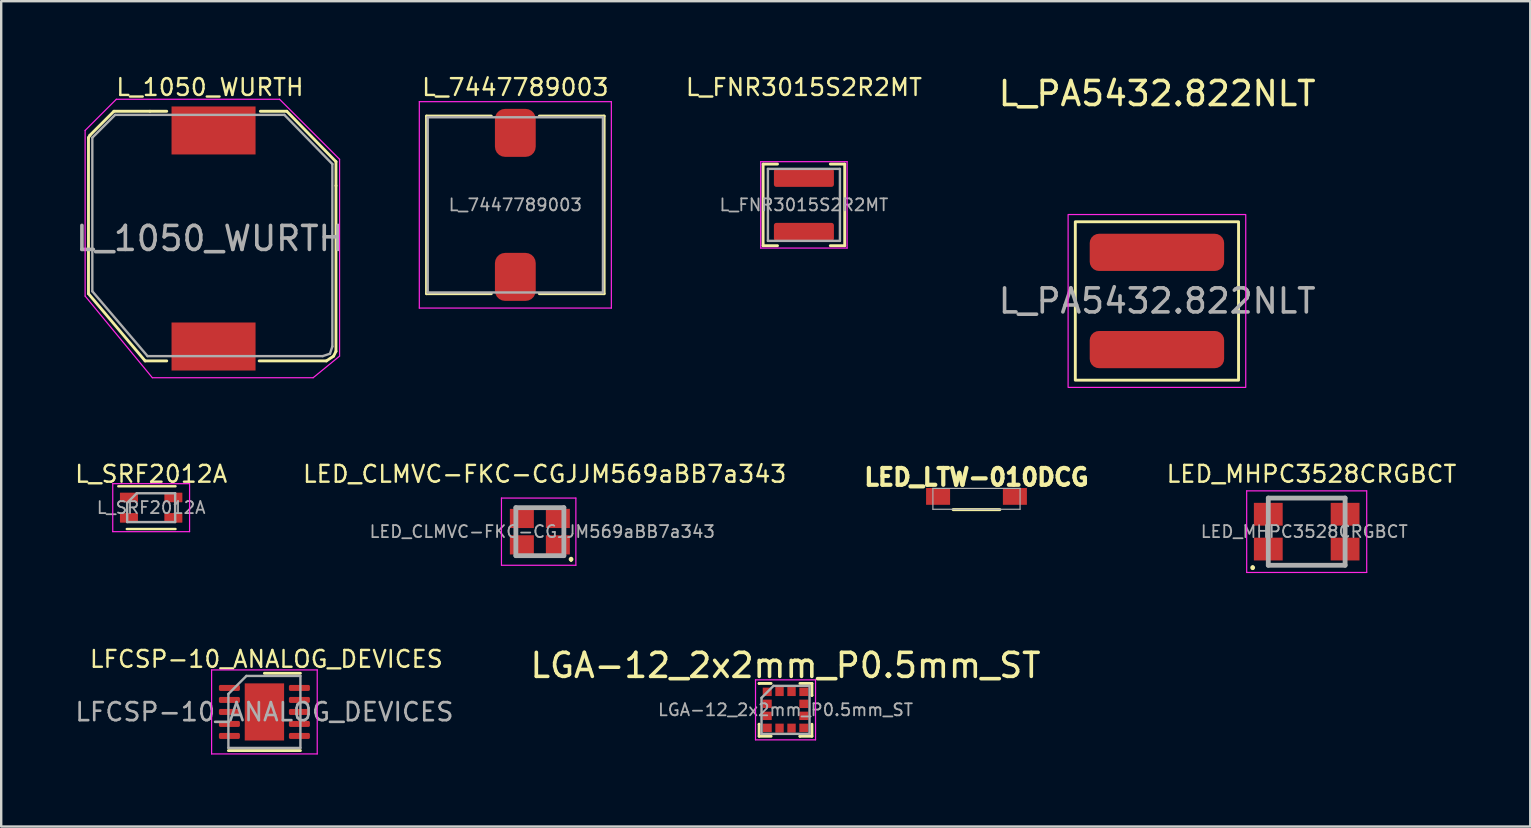
<source format=kicad_pcb>
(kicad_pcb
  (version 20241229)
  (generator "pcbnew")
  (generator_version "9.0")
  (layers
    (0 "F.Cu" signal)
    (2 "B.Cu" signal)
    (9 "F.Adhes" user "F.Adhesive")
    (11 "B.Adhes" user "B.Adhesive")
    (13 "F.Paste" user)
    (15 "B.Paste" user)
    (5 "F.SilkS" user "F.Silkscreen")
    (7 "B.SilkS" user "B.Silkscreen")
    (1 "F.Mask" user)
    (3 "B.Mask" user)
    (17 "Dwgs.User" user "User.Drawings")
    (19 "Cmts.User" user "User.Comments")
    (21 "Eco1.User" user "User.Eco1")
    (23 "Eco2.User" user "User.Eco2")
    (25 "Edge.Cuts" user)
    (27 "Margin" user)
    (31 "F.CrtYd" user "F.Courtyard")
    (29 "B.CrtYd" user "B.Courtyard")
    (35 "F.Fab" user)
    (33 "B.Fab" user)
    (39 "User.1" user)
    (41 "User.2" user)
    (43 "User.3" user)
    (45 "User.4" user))
  (footprint "L_SRF2012A"
    (layer "F.Cu")
    (at 3.247 18.098)
    (property "Reference" "L_SRF2012A" (at 0 -1.4 0) (layer "F.SilkS") (effects (font (size 0.7 0.7) (thickness 0.1))))
    (attr smd)
    (fp_line (start 1.015 -0.89) (end -1.37 -0.89) (stroke (width 0.1) (type solid)) (layer "F.SilkS"))
    (fp_line (start 1.015 0.89) (end -1.015 0.89) (stroke (width 0.1) (type solid)) (layer "F.SilkS"))
    (fp_line (start -1.6 -1) (end -1.6 1) (stroke (width 0.05) (type solid)) (layer "F.CrtYd"))
    (fp_line (start -1.6 -1) (end 1.6 -1) (stroke (width 0.05) (type solid)) (layer "F.CrtYd"))
    (fp_line (start -1.6 1) (end 1.6 1) (stroke (width 0.05) (type solid)) (layer "F.CrtYd"))
    (fp_line (start 1.6 -1) (end 1.6 1) (stroke (width 0.05) (type solid)) (layer "F.CrtYd"))
    (fp_line (start -1 -0.2) (end -1 0.6) (stroke (width 0.1) (type solid)) (layer "F.Fab"))
    (fp_line (start -0.6 -0.6) (end -1 -0.2) (stroke (width 0.1) (type solid)) (layer "F.Fab"))
    (fp_line (start 1 -0.6) (end -0.6 -0.6) (stroke (width 0.1) (type solid)) (layer "F.Fab"))
    (fp_line (start 1 -0.6) (end 1 0.6) (stroke (width 0.1) (type solid)) (layer "F.Fab"))
    (fp_line (start 1 0.6) (end -1 0.6) (stroke (width 0.1) (type solid)) (layer "F.Fab"))
    (fp_text user "${REFERENCE}" (at 0 0 0) (layer "F.Fab") (effects (font (size 0.5 0.5) (thickness 0.075))))
    (pad "1" smd roundrect (at -0.925 -0.425 270) (size 0.4 0.75) (layers "F.Cu" "F.Mask" "F.Paste") (roundrect_rratio 0.05))
    (pad "2" smd roundrect (at 0.925 -0.425 270) (size 0.4 0.75) (layers "F.Cu" "F.Mask" "F.Paste") (roundrect_rratio 0.05))
    (pad "3" smd roundrect (at 0.925 0.425 270) (size 0.4 0.75) (layers "F.Cu" "F.Mask" "F.Paste") (roundrect_rratio 0.05))
    (pad "4" smd roundrect (at -0.925 0.425 270) (size 0.4 0.75) (layers "F.Cu" "F.Mask" "F.Paste") (roundrect_rratio 0.05)))
  (footprint "LFCSP-10_ANALOG_DEVICES"
    (layer "F.Cu")
    (at 7.965 26.608)
    (property "Reference" "LFCSP-10_ANALOG_DEVICES" (at 0.08 -2.2 0) (layer "F.SilkS") (effects (font (size 0.7 0.7) (thickness 0.1))))
    (attr smd)
    (fp_line (start -1.5 1.61) (end 1.5 1.61) (stroke (width 0.12) (type solid)) (layer "F.SilkS"))
    (fp_line (start 0 -1.61) (end 1.5 -1.61) (stroke (width 0.12) (type solid)) (layer "F.SilkS"))
    (fp_line (start -2.2 -1.75) (end -2.2 1.75) (stroke (width 0.05) (type solid)) (layer "F.CrtYd"))
    (fp_line (start -2.2 1.75) (end 2.2 1.75) (stroke (width 0.05) (type solid)) (layer "F.CrtYd"))
    (fp_line (start 2.2 -1.75) (end -2.2 -1.75) (stroke (width 0.05) (type solid)) (layer "F.CrtYd"))
    (fp_line (start 2.2 1.75) (end 2.2 -1.75) (stroke (width 0.05) (type solid)) (layer "F.CrtYd"))
    (fp_line (start -1.5 -0.75) (end -0.75 -1.5) (stroke (width 0.1) (type solid)) (layer "F.Fab"))
    (fp_line (start -1.5 1.5) (end -1.5 -0.75) (stroke (width 0.1) (type solid)) (layer "F.Fab"))
    (fp_line (start -0.75 -1.5) (end 1.5 -1.5) (stroke (width 0.1) (type solid)) (layer "F.Fab"))
    (fp_line (start 1.5 -1.5) (end 1.5 1.5) (stroke (width 0.1) (type solid)) (layer "F.Fab"))
    (fp_line (start 1.5 1.5) (end -1.5 1.5) (stroke (width 0.1) (type solid)) (layer "F.Fab"))
    (fp_text user "${REFERENCE}" (at 0 0 0) (layer "F.Fab") (effects (font (size 0.75 0.75) (thickness 0.11))))
    (pad "" smd roundrect (at -0.4 -0.585) (size 0.64 0.94) (layers "F.Paste") (roundrect_rratio 0.25))
    (pad "" smd roundrect (at -0.4 0.585) (size 0.64 0.94) (layers "F.Paste") (roundrect_rratio 0.25))
    (pad "" smd roundrect (at 0.4 -0.585) (size 0.64 0.94) (layers "F.Paste") (roundrect_rratio 0.25))
    (pad "" smd roundrect (at 0.4 0.585) (size 0.64 0.94) (layers "F.Paste") (roundrect_rratio 0.25))
    (pad "1" smd roundrect (at -1.458 -1) (size 0.875 0.25) (layers "F.Cu" "F.Mask" "F.Paste") (roundrect_rratio 0.25))
    (pad "2" smd roundrect (at -1.458 -0.5) (size 0.875 0.25) (layers "F.Cu" "F.Mask" "F.Paste") (roundrect_rratio 0.25))
    (pad "3" smd roundrect (at -1.458 0) (size 0.875 0.25) (layers "F.Cu" "F.Mask" "F.Paste") (roundrect_rratio 0.25))
    (pad "4" smd roundrect (at -1.458 0.5) (size 0.875 0.25) (layers "F.Cu" "F.Mask" "F.Paste") (roundrect_rratio 0.25))
    (pad "5" smd roundrect (at -1.458 1) (size 0.875 0.25) (layers "F.Cu" "F.Mask" "F.Paste") (roundrect_rratio 0.25))
    (pad "6" smd rect (at 0 0) (size 1.64 2.38) (layers "F.Cu" "F.Mask"))
    (pad "6" smd roundrect (at 1.458 1) (size 0.875 0.25) (layers "F.Cu" "F.Mask" "F.Paste") (roundrect_rratio 0.25))
    (pad "7" smd roundrect (at 1.458 0.5) (size 0.875 0.25) (layers "F.Cu" "F.Mask" "F.Paste") (roundrect_rratio 0.25))
    (pad "8" smd roundrect (at 1.458 0) (size 0.875 0.25) (layers "F.Cu" "F.Mask" "F.Paste") (roundrect_rratio 0.25))
    (pad "9" smd roundrect (at 1.458 -0.5) (size 0.875 0.25) (layers "F.Cu" "F.Mask" "F.Paste") (roundrect_rratio 0.25))
    (pad "10" smd roundrect (at 1.458 -1) (size 0.875 0.25) (layers "F.Cu" "F.Mask" "F.Paste") (roundrect_rratio 0.25)))
  (footprint "L_FNR3015S2R2MT"
    (layer "F.Cu")
    (at 30.44 5.485)
    (property "Reference" "L_FNR3015S2R2MT" (at 0 -4.9 0) (layer "F.SilkS") (effects (font (size 0.7 0.7) (thickness 0.1))))
    (attr smd)
    (fp_line (start -1.7 -1.7) (end -1.7 1.7) (stroke (width 0.12) (type solid)) (layer "F.SilkS"))
    (fp_line (start -1.1 -1.7) (end -1.7 -1.7) (stroke (width 0.12) (type solid)) (layer "F.SilkS"))
    (fp_line (start -1.1 1.7) (end -1.7 1.7) (stroke (width 0.12) (type solid)) (layer "F.SilkS"))
    (fp_line (start 1.1 -1.7) (end 1.7 -1.7) (stroke (width 0.12) (type solid)) (layer "F.SilkS"))
    (fp_line (start 1.1 1.7) (end 1.7 1.7) (stroke (width 0.12) (type solid)) (layer "F.SilkS"))
    (fp_line (start 1.7 1.7) (end 1.7 -1.7) (stroke (width 0.12) (type solid)) (layer "F.SilkS"))
    (fp_line (start -1.8 -1.8) (end 1.8 -1.8) (stroke (width 0.05) (type solid)) (layer "F.CrtYd"))
    (fp_line (start -1.8 1.8) (end -1.8 -1.8) (stroke (width 0.05) (type solid)) (layer "F.CrtYd"))
    (fp_line (start -1.8 1.8) (end 1.8 1.8) (stroke (width 0.05) (type solid)) (layer "F.CrtYd"))
    (fp_line (start 1.8 1.8) (end 1.8 -1.8) (stroke (width 0.05) (type solid)) (layer "F.CrtYd"))
    (fp_line (start -1.5 -1.5) (end -1.5 1.5) (stroke (width 0.1) (type solid)) (layer "F.Fab"))
    (fp_line (start -1.5 -1.5) (end 1.5 -1.5) (stroke (width 0.1) (type solid)) (layer "F.Fab"))
    (fp_line (start 1.5 -1.5) (end 1.5 1.5) (stroke (width 0.1) (type solid)) (layer "F.Fab"))
    (fp_line (start 1.5 1.5) (end -1.5 1.5) (stroke (width 0.1) (type solid)) (layer "F.Fab"))
    (fp_text user "${REFERENCE}" (at 0 0 0) (layer "F.Fab") (effects (font (size 0.5 0.5) (thickness 0.075))))
    (pad "1" smd roundrect (at 0 -1.125) (size 2.5 0.75) (layers "F.Cu" "F.Mask" "F.Paste") (roundrect_rratio 0.133))
    (pad "2" smd roundrect (at 0 1.125) (size 2.5 0.75) (layers "F.Cu" "F.Mask" "F.Paste") (roundrect_rratio 0.133)))
  (footprint "LED_LTW-010DCG"
    (layer "F.Cu")
    (at 37.629 17.73)
    (property "Reference" "LED_LTW-010DCG" (at 0 -0.9 0) (layer "F.SilkS") (effects (font (size 0.7 0.7) (thickness 0.175) (bold yes))))
    (attr smd)
    (fp_line (start -0.97 0.45) (end 0.97 0.45) (stroke (width 0.127) (type solid)) (layer "F.SilkS"))
    (fp_line (start -1.816 -0.435) (end 1.816 -0.435) (stroke (width 0.05) (type solid)) (layer "F.Fab"))
    (fp_line (start -1.816 0.435) (end -1.816 -0.435) (stroke (width 0.05) (type solid)) (layer "F.Fab"))
    (fp_line (start 1.816 -0.435) (end 1.816 0.435) (stroke (width 0.05) (type solid)) (layer "F.Fab"))
    (fp_line (start 1.816 0.435) (end -1.816 0.435) (stroke (width 0.05) (type solid)) (layer "F.Fab"))
    (pad "1" smd rect (at 1.6 -0.1 180) (size 1 0.7) (layers "F.Cu" "F.Mask" "F.Paste"))
    (pad "2" smd rect (at -1.6 -0.1 180) (size 1 0.7) (layers "F.Cu" "F.Mask" "F.Paste")))
  (footprint "LED_MHPC3528CRGBCT"
    (layer "F.Cu")
    (at 51.385 19.098)
    (property "Reference" "LED_MHPC3528CRGBCT" (at 0.2 -2.4 0) (layer "F.SilkS") (effects (font (size 0.7 0.7) (thickness 0.1))))
    (attr smd)
    (fp_arc (start -2.25 1.45) (mid -2.2 1.5) (end -2.25 1.55) (stroke (width 0.1) (type solid)) (layer "F.SilkS"))
    (fp_arc (start -2.25 1.55) (mid -2.3 1.5) (end -2.25 1.45) (stroke (width 0.1) (type solid)) (layer "F.SilkS"))
    (fp_line (start -2.5 1.7) (end -2.5 -1.7) (stroke (width 0.05) (type solid)) (layer "F.CrtYd"))
    (fp_line (start 2.5 -1.7) (end -2.5 -1.7) (stroke (width 0.05) (type solid)) (layer "F.CrtYd"))
    (fp_line (start 2.5 1.7) (end -2.5 1.7) (stroke (width 0.05) (type solid)) (layer "F.CrtYd"))
    (fp_line (start 2.5 1.7) (end 2.5 -1.7) (stroke (width 0.05) (type solid)) (layer "F.CrtYd"))
    (fp_line (start -1.6 -1.4) (end 1.6 -1.4) (stroke (width 0.2) (type solid)) (layer "F.Fab"))
    (fp_line (start -1.6 1.4) (end -1.6 -1.4) (stroke (width 0.2) (type solid)) (layer "F.Fab"))
    (fp_line (start -1.6 1.4) (end 1.6 1.4) (stroke (width 0.2) (type solid)) (layer "F.Fab"))
    (fp_line (start 1.6 1.4) (end 1.6 -1.4) (stroke (width 0.2) (type solid)) (layer "F.Fab"))
    (fp_text user "${REFERENCE}" (at -0.1 0 180) (layer "F.Fab") (effects (font (size 0.5 0.5) (thickness 0.075))))
    (pad "1" smd rect (at -1.6 0.725) (size 1.2 0.95) (layers "F.Cu" "F.Mask" "F.Paste"))
    (pad "2" smd rect (at -1.6 -0.725) (size 1.2 0.95) (layers "F.Cu" "F.Mask" "F.Paste"))
    (pad "3" smd rect (at 1.6 -0.725) (size 1.2 0.95) (layers "F.Cu" "F.Mask" "F.Paste"))
    (pad "4" smd rect (at 1.6 0.725) (size 1.2 0.95) (layers "F.Cu" "F.Mask" "F.Paste")))
  (footprint "L_PA5432.822NLT"
    (layer "F.Cu")
    (at 45.146 9.488)
    (property "Reference" "L_PA5432.822NLT" (at 0.01 -8.64 0) (unlocked yes) (layer "F.SilkS") (effects (font (size 1 1) (thickness 0.15))))
    (attr smd)
    (fp_rect (start -3.4 -3.3) (end 3.4 3.3) (stroke (width 0.12) (type solid)) (fill no) (layer "F.SilkS"))
    (fp_rect (start -3.7 -3.6) (end 3.7 3.6) (stroke (width 0.05) (type solid)) (fill no) (layer "F.CrtYd"))
    (fp_text user "${REFERENCE}" (at 0.01 0 0) (unlocked yes) (layer "F.Fab") (effects (font (size 1 1) (thickness 0.15))))
    (pad "1" smd roundrect (at 0 -2.025) (size 5.6 1.55) (layers "F.Cu" "F.Mask" "F.Paste") (roundrect_rratio 0.25))
    (pad "2" smd roundrect (at 0 2.025) (size 5.6 1.55) (layers "F.Cu" "F.Mask" "F.Paste") (roundrect_rratio 0.25)))
  (footprint "L_1050_WURTH"
    (layer "F.Cu")
    (at 5.696 6.885)
    (property "Reference" "L_1050_WURTH" (at 0 -6.3 0) (layer "F.SilkS") (effects (font (size 0.7 0.7) (thickness 0.1))))
    (attr smd)
    (fp_line (start -5.06 -4.2) (end -5.06 2.3) (stroke (width 0.12) (type solid)) (layer "F.SilkS"))
    (fp_line (start -5.06 2.3) (end -2.7 5.1) (stroke (width 0.12) (type solid)) (layer "F.SilkS"))
    (fp_line (start -5 -4.3) (end -5.06 -4.2) (stroke (width 0.12) (type solid)) (layer "F.SilkS"))
    (fp_line (start -4 -5.3) (end -5 -4.3) (stroke (width 0.12) (type solid)) (layer "F.SilkS"))
    (fp_line (start -2.7 5.1) (end -1.8 5.1) (stroke (width 0.12) (type solid)) (layer "F.SilkS"))
    (fp_line (start -2.5 -5.3) (end -4 -5.3) (stroke (width 0.12) (type solid)) (layer "F.SilkS"))
    (fp_line (start -1.8 -5.3) (end -2.5 -5.3) (stroke (width 0.12) (type solid)) (layer "F.SilkS"))
    (fp_line (start 2.1 -5.3) (end 3.2 -5.3) (stroke (width 0.12) (type solid)) (layer "F.SilkS"))
    (fp_line (start 3.2 -5.3) (end 5.25 -3.2) (stroke (width 0.12) (type solid)) (layer "F.SilkS"))
    (fp_line (start 4.85 5.1) (end 2.05 5.1) (stroke (width 0.12) (type solid)) (layer "F.SilkS"))
    (fp_line (start 5.15 4.9) (end 4.85 5.1) (stroke (width 0.12) (type solid)) (layer "F.SilkS"))
    (fp_line (start 5.25 -3.2) (end 5.25 -2.2) (stroke (width 0.12) (type solid)) (layer "F.SilkS"))
    (fp_line (start 5.25 -2.2) (end 5.25 4.7) (stroke (width 0.12) (type solid)) (layer "F.SilkS"))
    (fp_line (start 5.25 4.7) (end 5.15 4.9) (stroke (width 0.12) (type solid)) (layer "F.SilkS"))
    (fp_line (start -5.2 -4.5) (end -5.2 2.4) (stroke (width 0.05) (type solid)) (layer "F.CrtYd"))
    (fp_line (start -5.2 2.4) (end -2.4 5.8) (stroke (width 0.05) (type solid)) (layer "F.CrtYd"))
    (fp_line (start -3.9 -5.8) (end -5.2 -4.5) (stroke (width 0.05) (type solid)) (layer "F.CrtYd"))
    (fp_line (start -2.4 5.8) (end 4.3 5.8) (stroke (width 0.05) (type solid)) (layer "F.CrtYd"))
    (fp_line (start 2.9 -5.8) (end -3.9 -5.8) (stroke (width 0.05) (type solid)) (layer "F.CrtYd"))
    (fp_line (start 4.3 5.8) (end 5.4 4.9) (stroke (width 0.05) (type solid)) (layer "F.CrtYd"))
    (fp_line (start 5.4 -3.3) (end 2.9 -5.8) (stroke (width 0.05) (type solid)) (layer "F.CrtYd"))
    (fp_line (start 5.4 4.9) (end 5.4 -3.3) (stroke (width 0.05) (type solid)) (layer "F.CrtYd"))
    (fp_line (start -4.9 -4.2) (end -4.9 2.2) (stroke (width 0.1) (type solid)) (layer "F.Fab"))
    (fp_line (start -4.9 -4.2) (end -3.95 -5.15) (stroke (width 0.1) (type solid)) (layer "F.Fab"))
    (fp_line (start -2.6 4.9) (end -4.9 2.2) (stroke (width 0.1) (type solid)) (layer "F.Fab"))
    (fp_line (start -2.6 4.9) (end 4.7 4.9) (stroke (width 0.1) (type solid)) (layer "F.Fab"))
    (fp_line (start 3.1 -5.15) (end -3.95 -5.15) (stroke (width 0.1) (type solid)) (layer "F.Fab"))
    (fp_line (start 4.7 4.9) (end 5 4.8) (stroke (width 0.1) (type solid)) (layer "F.Fab"))
    (fp_line (start 5 4.8) (end 5.1 4.5) (stroke (width 0.1) (type solid)) (layer "F.Fab"))
    (fp_line (start 5.1 -3.1) (end 3.1 -5.15) (stroke (width 0.1) (type solid)) (layer "F.Fab"))
    (fp_line (start 5.1 4.5) (end 5.1 -3.1) (stroke (width 0.1) (type solid)) (layer "F.Fab"))
    (fp_text user "${REFERENCE}" (at 0 0 180) (layer "F.Fab") (effects (font (size 1 1) (thickness 0.15))))
    (pad "1" smd rect (at 0.15 4.5 90) (size 2 3.5) (layers "F.Cu" "F.Mask" "F.Paste"))
    (pad "2" smd rect (at 0.15 -4.5 90) (size 2 3.5) (layers "F.Cu" "F.Mask" "F.Paste")))
  (footprint "LGA-12_2x2mm_P0.5mm_ST"
    (layer "F.Cu")
    (at 29.674 26.521)
    (property "Reference" "LGA-12_2x2mm_P0.5mm_ST" (at 0 -1.85 0) (layer "F.SilkS") (effects (font (size 1 1) (thickness 0.15))))
    (attr smd)
    (fp_line (start -1.1 -1.1) (end -1.1 -1.1) (stroke (width 0.12) (type solid)) (layer "F.SilkS"))
    (fp_line (start -1.1 0.6) (end -1.1 0.6) (stroke (width 0.12) (type solid)) (layer "F.SilkS"))
    (fp_line (start -1.1 1.1) (end -1.1 0.6) (stroke (width 0.12) (type solid)) (layer "F.SilkS"))
    (fp_line (start -0.6 -1.1) (end -1.1 -1.1) (stroke (width 0.12) (type solid)) (layer "F.SilkS"))
    (fp_line (start -0.6 1.1) (end -1.1 1.1) (stroke (width 0.12) (type solid)) (layer "F.SilkS"))
    (fp_line (start 0.6 -1.1) (end 1.1 -1.1) (stroke (width 0.12) (type solid)) (layer "F.SilkS"))
    (fp_line (start 0.6 1.1) (end 0.6 1.1) (stroke (width 0.12) (type solid)) (layer "F.SilkS"))
    (fp_line (start 1.1 -1.1) (end 1.1 -0.6) (stroke (width 0.12) (type solid)) (layer "F.SilkS"))
    (fp_line (start 1.1 -0.6) (end 1.1 -0.6) (stroke (width 0.12) (type solid)) (layer "F.SilkS"))
    (fp_line (start 1.1 0.6) (end 1.1 1.1) (stroke (width 0.12) (type solid)) (layer "F.SilkS"))
    (fp_line (start 1.1 1.1) (end 0.6 1.1) (stroke (width 0.12) (type solid)) (layer "F.SilkS"))
    (fp_line (start -1.25 -1.25) (end 1.25 -1.25) (stroke (width 0.05) (type solid)) (layer "F.CrtYd"))
    (fp_line (start -1.25 1.25) (end -1.25 -1.25) (stroke (width 0.05) (type solid)) (layer "F.CrtYd"))
    (fp_line (start 1.25 -1.25) (end 1.25 1.25) (stroke (width 0.05) (type solid)) (layer "F.CrtYd"))
    (fp_line (start 1.25 1.25) (end -1.25 1.25) (stroke (width 0.05) (type solid)) (layer "F.CrtYd"))
    (fp_line (start -1 -0.5) (end -0.5 -1) (stroke (width 0.1) (type solid)) (layer "F.Fab"))
    (fp_line (start -1 1) (end -1 -0.5) (stroke (width 0.1) (type solid)) (layer "F.Fab"))
    (fp_line (start -0.5 -1) (end 1 -1) (stroke (width 0.1) (type solid)) (layer "F.Fab"))
    (fp_line (start 1 -1) (end 1 1) (stroke (width 0.1) (type solid)) (layer "F.Fab"))
    (fp_line (start 1 1) (end -1 1) (stroke (width 0.1) (type solid)) (layer "F.Fab"))
    (fp_text user "${REFERENCE}" (at 0 0 0) (layer "F.Fab") (effects (font (size 0.5 0.5) (thickness 0.075))))
    (pad "1" smd rect (at -0.762 -0.75) (size 0.375 0.35) (layers "F.Cu" "F.Mask" "F.Paste"))
    (pad "2" smd rect (at -0.762 -0.25) (size 0.375 0.35) (layers "F.Cu" "F.Mask" "F.Paste"))
    (pad "3" smd rect (at -0.762 0.25) (size 0.375 0.35) (layers "F.Cu" "F.Mask" "F.Paste"))
    (pad "4" smd rect (at -0.762 0.75) (size 0.375 0.35) (layers "F.Cu" "F.Mask" "F.Paste"))
    (pad "5" smd rect (at -0.25 0.762 90) (size 0.375 0.35) (layers "F.Cu" "F.Mask" "F.Paste"))
    (pad "6" smd rect (at 0.25 0.762 90) (size 0.375 0.35) (layers "F.Cu" "F.Mask" "F.Paste"))
    (pad "7" smd rect (at 0.762 0.75) (size 0.375 0.35) (layers "F.Cu" "F.Mask" "F.Paste"))
    (pad "8" smd rect (at 0.762 0.25) (size 0.375 0.35) (layers "F.Cu" "F.Mask" "F.Paste"))
    (pad "9" smd rect (at 0.762 -0.25) (size 0.375 0.35) (layers "F.Cu" "F.Mask" "F.Paste"))
    (pad "10" smd rect (at 0.762 -0.75) (size 0.375 0.35) (layers "F.Cu" "F.Mask" "F.Paste"))
    (pad "11" smd rect (at 0.25 -0.762 90) (size 0.375 0.35) (layers "F.Cu" "F.Mask" "F.Paste"))
    (pad "12" smd rect (at -0.25 -0.762 90) (size 0.375 0.35) (layers "F.Cu" "F.Mask" "F.Paste")))
  (footprint "LED_CLMVC-FKC-CGJJM569aBB7a343"
    (layer "F.Cu")
    (at 19.44 19.098)
    (property "Reference" "LED_CLMVC-FKC-CGJJM569aBB7a343" (at 0.2 -2.4 0) (layer "F.SilkS") (effects (font (size 0.7 0.7) (thickness 0.1))))
    (attr smd)
    (fp_line (start 1.3 1.1) (end 1.3 1.1) (stroke (width 0.1) (type solid)) (layer "F.SilkS"))
    (fp_line (start 1.3 1.2) (end 1.3 1.2) (stroke (width 0.1) (type solid)) (layer "F.SilkS"))
    (fp_arc (start 1.3 1.1) (mid 1.35 1.15) (end 1.3 1.2) (stroke (width 0.1) (type solid)) (layer "F.SilkS"))
    (fp_arc (start 1.3 1.2) (mid 1.25 1.15) (end 1.3 1.1) (stroke (width 0.1) (type solid)) (layer "F.SilkS"))
    (fp_line (start -1.6 -1.4) (end -1.6 1.4) (stroke (width 0.05) (type solid)) (layer "F.CrtYd"))
    (fp_line (start -1.6 1.4) (end 1.5 1.4) (stroke (width 0.05) (type solid)) (layer "F.CrtYd"))
    (fp_line (start 1.5 -1.4) (end -1.6 -1.4) (stroke (width 0.05) (type solid)) (layer "F.CrtYd"))
    (fp_line (start 1.5 1.4) (end 1.5 -1.4) (stroke (width 0.05) (type solid)) (layer "F.CrtYd"))
    (fp_line (start -1 -1) (end 1 -1) (stroke (width 0.2) (type solid)) (layer "F.Fab"))
    (fp_line (start -1 1) (end -1 -1) (stroke (width 0.2) (type solid)) (layer "F.Fab"))
    (fp_line (start 1 -1) (end 1 1) (stroke (width 0.2) (type solid)) (layer "F.Fab"))
    (fp_line (start 1 1) (end -1 1) (stroke (width 0.2) (type solid)) (layer "F.Fab"))
    (fp_text user "${REFERENCE}" (at 0.1 0 0) (layer "F.Fab") (effects (font (size 0.5 0.5) (thickness 0.075))))
    (pad "1" smd rect (at 0.75 0.55 90) (size 0.8 1) (layers "F.Cu" "F.Mask" "F.Paste"))
    (pad "2" smd rect (at -0.75 0.55 90) (size 0.8 1) (layers "F.Cu" "F.Mask" "F.Paste"))
    (pad "3" smd rect (at -0.75 -0.55 90) (size 0.8 1) (layers "F.Cu" "F.Mask" "F.Paste"))
    (pad "4" smd rect (at 0.75 -0.55 90) (size 0.8 1) (layers "F.Cu" "F.Mask" "F.Paste")))
  (footprint "L_7447789003"
    (layer "F.Cu")
    (at 18.418 5.485)
    (property "Reference" "L_7447789003" (at 0 -4.9 0) (layer "F.SilkS") (effects (font (size 0.7 0.7) (thickness 0.1))))
    (attr smd)
    (fp_line (start -3.7 -3.7) (end -1 -3.7) (stroke (width 0.12) (type solid)) (layer "F.SilkS"))
    (fp_line (start -3.7 3.7) (end -3.7 -3.7) (stroke (width 0.12) (type solid)) (layer "F.SilkS"))
    (fp_line (start -1 3.7) (end -3.7 3.7) (stroke (width 0.12) (type solid)) (layer "F.SilkS"))
    (fp_line (start 1 -3.7) (end 3.7 -3.7) (stroke (width 0.12) (type solid)) (layer "F.SilkS"))
    (fp_line (start 1 3.7) (end 3.7 3.7) (stroke (width 0.12) (type solid)) (layer "F.SilkS"))
    (fp_line (start 3.7 3.7) (end 3.7 -3.7) (stroke (width 0.12) (type solid)) (layer "F.SilkS"))
    (fp_line (start -4 -4.3) (end 4 -4.3) (stroke (width 0.05) (type solid)) (layer "F.CrtYd"))
    (fp_line (start -4 4.3) (end -4 -4.3) (stroke (width 0.05) (type solid)) (layer "F.CrtYd"))
    (fp_line (start -4 4.3) (end 4 4.3) (stroke (width 0.05) (type solid)) (layer "F.CrtYd"))
    (fp_line (start 4 4.3) (end 4 -4.3) (stroke (width 0.05) (type solid)) (layer "F.CrtYd"))
    (fp_line (start -3.65 -3.65) (end -3.65 3.65) (stroke (width 0.1) (type solid)) (layer "F.Fab"))
    (fp_line (start -3.65 -3.65) (end 3.65 -3.65) (stroke (width 0.1) (type solid)) (layer "F.Fab"))
    (fp_line (start -3.65 3.65) (end 3.65 3.65) (stroke (width 0.1) (type solid)) (layer "F.Fab"))
    (fp_line (start 3.65 -3.65) (end 3.65 3.65) (stroke (width 0.1) (type solid)) (layer "F.Fab"))
    (fp_text user "${REFERENCE}" (at 0 0 0) (layer "F.Fab") (effects (font (size 0.5 0.5) (thickness 0.075))))
    (pad "1" smd roundrect (at 0 -3) (size 1.7 2) (layers "F.Cu" "F.Mask" "F.Paste") (roundrect_rratio 0.25))
    (pad "2" smd roundrect (at 0 3) (size 1.7 2) (layers "F.Cu" "F.Mask" "F.Paste") (roundrect_rratio 0.25)))
  (gr_rect
    (start -3 -3)
    (end 60.698 31.383)
    (stroke (width 0.1) (type default))
    (fill no)
    (layer "Edge.Cuts")))
</source>
